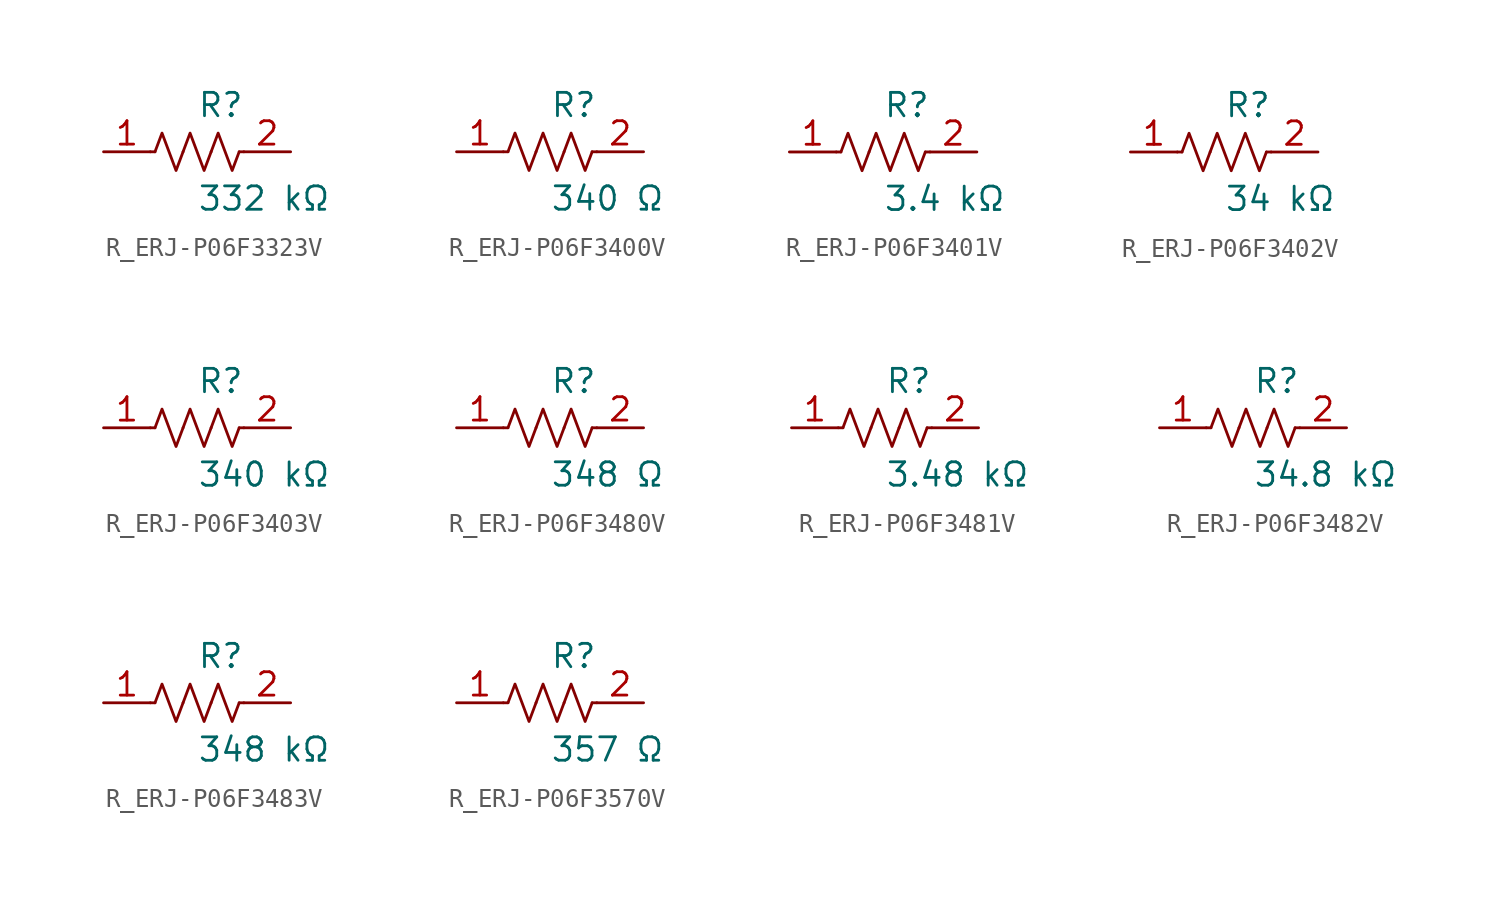
<source format=kicad_sym>
(kicad_symbol_lib
  (version 20231120)
  (generator kicad_symbol_editor)
  (generator_version 8.0)
  (symbol "R_ERJ-P06F3323V"
    (pin_names
      (offset 0.254))
    (property "Reference" "R"
      (at 0.0 2.54 0)
      (effects (font (size 1.27 1.27)) (justify left)))
    (property "Value" "332 kΩ"
      (at 0.0 -2.54 0)
      (effects (font (size 1.27 1.27)) (justify left)))
    (symbol "R_ERJ-P06F3323V_0_1"
      (polyline (pts (xy 2.286 0) (xy 2.54 0)) (stroke (width 0) (type default)) (fill (type none)))
      (polyline (pts (xy -2.286 0) (xy -2.54 0)) (stroke (width 0) (type default)) (fill (type none)))
      (polyline (pts (xy 0.762 0) (xy 1.143 1.016) (xy 1.524 0) (xy 1.905 -1.016) (xy 2.286 0)) (stroke (width 0) (type default)) (fill (type none)))
      (polyline (pts (xy -0.762 0) (xy -0.381 1.016) (xy 0 0) (xy 0.381 -1.016) (xy 0.762 0)) (stroke (width 0) (type default)) (fill (type none)))
      (polyline (pts (xy -2.286 0) (xy -1.905 1.016) (xy -1.524 0) (xy -1.143 -1.016) (xy -0.762 0)) (stroke (width 0) (type default)) (fill (type none))))
    (pin unspecified line
      (at -5.08 0 0)
      (length 2.54)
      (name "" (effects (font (size 1.27 1.27))))
      (number "1" (effects (font (size 1.27 1.27)))))
    (pin unspecified line
      (at 5.08 0 180)
      (length 2.54)
      (name "" (effects (font (size 1.27 1.27))))
      (number "2" (effects (font (size 1.27 1.27))))))
  (symbol "R_ERJ-P06F3400V"
    (pin_names
      (offset 0.254))
    (property "Reference" "R"
      (at 0.0 2.54 0)
      (effects (font (size 1.27 1.27)) (justify left)))
    (property "Value" "340 Ω"
      (at 0.0 -2.54 0)
      (effects (font (size 1.27 1.27)) (justify left)))
    (symbol "R_ERJ-P06F3400V_0_1"
      (polyline (pts (xy 2.286 0) (xy 2.54 0)) (stroke (width 0) (type default)) (fill (type none)))
      (polyline (pts (xy -2.286 0) (xy -2.54 0)) (stroke (width 0) (type default)) (fill (type none)))
      (polyline (pts (xy 0.762 0) (xy 1.143 1.016) (xy 1.524 0) (xy 1.905 -1.016) (xy 2.286 0)) (stroke (width 0) (type default)) (fill (type none)))
      (polyline (pts (xy -0.762 0) (xy -0.381 1.016) (xy 0 0) (xy 0.381 -1.016) (xy 0.762 0)) (stroke (width 0) (type default)) (fill (type none)))
      (polyline (pts (xy -2.286 0) (xy -1.905 1.016) (xy -1.524 0) (xy -1.143 -1.016) (xy -0.762 0)) (stroke (width 0) (type default)) (fill (type none))))
    (pin unspecified line
      (at -5.08 0 0)
      (length 2.54)
      (name "" (effects (font (size 1.27 1.27))))
      (number "1" (effects (font (size 1.27 1.27)))))
    (pin unspecified line
      (at 5.08 0 180)
      (length 2.54)
      (name "" (effects (font (size 1.27 1.27))))
      (number "2" (effects (font (size 1.27 1.27))))))
  (symbol "R_ERJ-P06F3401V"
    (pin_names
      (offset 0.254))
    (property "Reference" "R"
      (at 0.0 2.54 0)
      (effects (font (size 1.27 1.27)) (justify left)))
    (property "Value" "3.4 kΩ"
      (at 0.0 -2.54 0)
      (effects (font (size 1.27 1.27)) (justify left)))
    (symbol "R_ERJ-P06F3401V_0_1"
      (polyline (pts (xy 2.286 0) (xy 2.54 0)) (stroke (width 0) (type default)) (fill (type none)))
      (polyline (pts (xy -2.286 0) (xy -2.54 0)) (stroke (width 0) (type default)) (fill (type none)))
      (polyline (pts (xy 0.762 0) (xy 1.143 1.016) (xy 1.524 0) (xy 1.905 -1.016) (xy 2.286 0)) (stroke (width 0) (type default)) (fill (type none)))
      (polyline (pts (xy -0.762 0) (xy -0.381 1.016) (xy 0 0) (xy 0.381 -1.016) (xy 0.762 0)) (stroke (width 0) (type default)) (fill (type none)))
      (polyline (pts (xy -2.286 0) (xy -1.905 1.016) (xy -1.524 0) (xy -1.143 -1.016) (xy -0.762 0)) (stroke (width 0) (type default)) (fill (type none))))
    (pin unspecified line
      (at -5.08 0 0)
      (length 2.54)
      (name "" (effects (font (size 1.27 1.27))))
      (number "1" (effects (font (size 1.27 1.27)))))
    (pin unspecified line
      (at 5.08 0 180)
      (length 2.54)
      (name "" (effects (font (size 1.27 1.27))))
      (number "2" (effects (font (size 1.27 1.27))))))
  (symbol "R_ERJ-P06F3402V"
    (pin_names
      (offset 0.254))
    (property "Reference" "R"
      (at 0.0 2.54 0)
      (effects (font (size 1.27 1.27)) (justify left)))
    (property "Value" "34 kΩ"
      (at 0.0 -2.54 0)
      (effects (font (size 1.27 1.27)) (justify left)))
    (symbol "R_ERJ-P06F3402V_0_1"
      (polyline (pts (xy 2.286 0) (xy 2.54 0)) (stroke (width 0) (type default)) (fill (type none)))
      (polyline (pts (xy -2.286 0) (xy -2.54 0)) (stroke (width 0) (type default)) (fill (type none)))
      (polyline (pts (xy 0.762 0) (xy 1.143 1.016) (xy 1.524 0) (xy 1.905 -1.016) (xy 2.286 0)) (stroke (width 0) (type default)) (fill (type none)))
      (polyline (pts (xy -0.762 0) (xy -0.381 1.016) (xy 0 0) (xy 0.381 -1.016) (xy 0.762 0)) (stroke (width 0) (type default)) (fill (type none)))
      (polyline (pts (xy -2.286 0) (xy -1.905 1.016) (xy -1.524 0) (xy -1.143 -1.016) (xy -0.762 0)) (stroke (width 0) (type default)) (fill (type none))))
    (pin unspecified line
      (at -5.08 0 0)
      (length 2.54)
      (name "" (effects (font (size 1.27 1.27))))
      (number "1" (effects (font (size 1.27 1.27)))))
    (pin unspecified line
      (at 5.08 0 180)
      (length 2.54)
      (name "" (effects (font (size 1.27 1.27))))
      (number "2" (effects (font (size 1.27 1.27))))))
  (symbol "R_ERJ-P06F3403V"
    (pin_names
      (offset 0.254))
    (property "Reference" "R"
      (at 0.0 2.54 0)
      (effects (font (size 1.27 1.27)) (justify left)))
    (property "Value" "340 kΩ"
      (at 0.0 -2.54 0)
      (effects (font (size 1.27 1.27)) (justify left)))
    (symbol "R_ERJ-P06F3403V_0_1"
      (polyline (pts (xy 2.286 0) (xy 2.54 0)) (stroke (width 0) (type default)) (fill (type none)))
      (polyline (pts (xy -2.286 0) (xy -2.54 0)) (stroke (width 0) (type default)) (fill (type none)))
      (polyline (pts (xy 0.762 0) (xy 1.143 1.016) (xy 1.524 0) (xy 1.905 -1.016) (xy 2.286 0)) (stroke (width 0) (type default)) (fill (type none)))
      (polyline (pts (xy -0.762 0) (xy -0.381 1.016) (xy 0 0) (xy 0.381 -1.016) (xy 0.762 0)) (stroke (width 0) (type default)) (fill (type none)))
      (polyline (pts (xy -2.286 0) (xy -1.905 1.016) (xy -1.524 0) (xy -1.143 -1.016) (xy -0.762 0)) (stroke (width 0) (type default)) (fill (type none))))
    (pin unspecified line
      (at -5.08 0 0)
      (length 2.54)
      (name "" (effects (font (size 1.27 1.27))))
      (number "1" (effects (font (size 1.27 1.27)))))
    (pin unspecified line
      (at 5.08 0 180)
      (length 2.54)
      (name "" (effects (font (size 1.27 1.27))))
      (number "2" (effects (font (size 1.27 1.27))))))
  (symbol "R_ERJ-P06F3480V"
    (pin_names
      (offset 0.254))
    (property "Reference" "R"
      (at 0.0 2.54 0)
      (effects (font (size 1.27 1.27)) (justify left)))
    (property "Value" "348 Ω"
      (at 0.0 -2.54 0)
      (effects (font (size 1.27 1.27)) (justify left)))
    (symbol "R_ERJ-P06F3480V_0_1"
      (polyline (pts (xy 2.286 0) (xy 2.54 0)) (stroke (width 0) (type default)) (fill (type none)))
      (polyline (pts (xy -2.286 0) (xy -2.54 0)) (stroke (width 0) (type default)) (fill (type none)))
      (polyline (pts (xy 0.762 0) (xy 1.143 1.016) (xy 1.524 0) (xy 1.905 -1.016) (xy 2.286 0)) (stroke (width 0) (type default)) (fill (type none)))
      (polyline (pts (xy -0.762 0) (xy -0.381 1.016) (xy 0 0) (xy 0.381 -1.016) (xy 0.762 0)) (stroke (width 0) (type default)) (fill (type none)))
      (polyline (pts (xy -2.286 0) (xy -1.905 1.016) (xy -1.524 0) (xy -1.143 -1.016) (xy -0.762 0)) (stroke (width 0) (type default)) (fill (type none))))
    (pin unspecified line
      (at -5.08 0 0)
      (length 2.54)
      (name "" (effects (font (size 1.27 1.27))))
      (number "1" (effects (font (size 1.27 1.27)))))
    (pin unspecified line
      (at 5.08 0 180)
      (length 2.54)
      (name "" (effects (font (size 1.27 1.27))))
      (number "2" (effects (font (size 1.27 1.27))))))
  (symbol "R_ERJ-P06F3481V"
    (pin_names
      (offset 0.254))
    (property "Reference" "R"
      (at 0.0 2.54 0)
      (effects (font (size 1.27 1.27)) (justify left)))
    (property "Value" "3.48 kΩ"
      (at 0.0 -2.54 0)
      (effects (font (size 1.27 1.27)) (justify left)))
    (symbol "R_ERJ-P06F3481V_0_1"
      (polyline (pts (xy 2.286 0) (xy 2.54 0)) (stroke (width 0) (type default)) (fill (type none)))
      (polyline (pts (xy -2.286 0) (xy -2.54 0)) (stroke (width 0) (type default)) (fill (type none)))
      (polyline (pts (xy 0.762 0) (xy 1.143 1.016) (xy 1.524 0) (xy 1.905 -1.016) (xy 2.286 0)) (stroke (width 0) (type default)) (fill (type none)))
      (polyline (pts (xy -0.762 0) (xy -0.381 1.016) (xy 0 0) (xy 0.381 -1.016) (xy 0.762 0)) (stroke (width 0) (type default)) (fill (type none)))
      (polyline (pts (xy -2.286 0) (xy -1.905 1.016) (xy -1.524 0) (xy -1.143 -1.016) (xy -0.762 0)) (stroke (width 0) (type default)) (fill (type none))))
    (pin unspecified line
      (at -5.08 0 0)
      (length 2.54)
      (name "" (effects (font (size 1.27 1.27))))
      (number "1" (effects (font (size 1.27 1.27)))))
    (pin unspecified line
      (at 5.08 0 180)
      (length 2.54)
      (name "" (effects (font (size 1.27 1.27))))
      (number "2" (effects (font (size 1.27 1.27))))))
  (symbol "R_ERJ-P06F3482V"
    (pin_names
      (offset 0.254))
    (property "Reference" "R"
      (at 0.0 2.54 0)
      (effects (font (size 1.27 1.27)) (justify left)))
    (property "Value" "34.8 kΩ"
      (at 0.0 -2.54 0)
      (effects (font (size 1.27 1.27)) (justify left)))
    (symbol "R_ERJ-P06F3482V_0_1"
      (polyline (pts (xy 2.286 0) (xy 2.54 0)) (stroke (width 0) (type default)) (fill (type none)))
      (polyline (pts (xy -2.286 0) (xy -2.54 0)) (stroke (width 0) (type default)) (fill (type none)))
      (polyline (pts (xy 0.762 0) (xy 1.143 1.016) (xy 1.524 0) (xy 1.905 -1.016) (xy 2.286 0)) (stroke (width 0) (type default)) (fill (type none)))
      (polyline (pts (xy -0.762 0) (xy -0.381 1.016) (xy 0 0) (xy 0.381 -1.016) (xy 0.762 0)) (stroke (width 0) (type default)) (fill (type none)))
      (polyline (pts (xy -2.286 0) (xy -1.905 1.016) (xy -1.524 0) (xy -1.143 -1.016) (xy -0.762 0)) (stroke (width 0) (type default)) (fill (type none))))
    (pin unspecified line
      (at -5.08 0 0)
      (length 2.54)
      (name "" (effects (font (size 1.27 1.27))))
      (number "1" (effects (font (size 1.27 1.27)))))
    (pin unspecified line
      (at 5.08 0 180)
      (length 2.54)
      (name "" (effects (font (size 1.27 1.27))))
      (number "2" (effects (font (size 1.27 1.27))))))
  (symbol "R_ERJ-P06F3483V"
    (pin_names
      (offset 0.254))
    (property "Reference" "R"
      (at 0.0 2.54 0)
      (effects (font (size 1.27 1.27)) (justify left)))
    (property "Value" "348 kΩ"
      (at 0.0 -2.54 0)
      (effects (font (size 1.27 1.27)) (justify left)))
    (symbol "R_ERJ-P06F3483V_0_1"
      (polyline (pts (xy 2.286 0) (xy 2.54 0)) (stroke (width 0) (type default)) (fill (type none)))
      (polyline (pts (xy -2.286 0) (xy -2.54 0)) (stroke (width 0) (type default)) (fill (type none)))
      (polyline (pts (xy 0.762 0) (xy 1.143 1.016) (xy 1.524 0) (xy 1.905 -1.016) (xy 2.286 0)) (stroke (width 0) (type default)) (fill (type none)))
      (polyline (pts (xy -0.762 0) (xy -0.381 1.016) (xy 0 0) (xy 0.381 -1.016) (xy 0.762 0)) (stroke (width 0) (type default)) (fill (type none)))
      (polyline (pts (xy -2.286 0) (xy -1.905 1.016) (xy -1.524 0) (xy -1.143 -1.016) (xy -0.762 0)) (stroke (width 0) (type default)) (fill (type none))))
    (pin unspecified line
      (at -5.08 0 0)
      (length 2.54)
      (name "" (effects (font (size 1.27 1.27))))
      (number "1" (effects (font (size 1.27 1.27)))))
    (pin unspecified line
      (at 5.08 0 180)
      (length 2.54)
      (name "" (effects (font (size 1.27 1.27))))
      (number "2" (effects (font (size 1.27 1.27))))))
  (symbol "R_ERJ-P06F3570V"
    (pin_names
      (offset 0.254))
    (property "Reference" "R"
      (at 0.0 2.54 0)
      (effects (font (size 1.27 1.27)) (justify left)))
    (property "Value" "357 Ω"
      (at 0.0 -2.54 0)
      (effects (font (size 1.27 1.27)) (justify left)))
    (symbol "R_ERJ-P06F3570V_0_1"
      (polyline (pts (xy 2.286 0) (xy 2.54 0)) (stroke (width 0) (type default)) (fill (type none)))
      (polyline (pts (xy -2.286 0) (xy -2.54 0)) (stroke (width 0) (type default)) (fill (type none)))
      (polyline (pts (xy 0.762 0) (xy 1.143 1.016) (xy 1.524 0) (xy 1.905 -1.016) (xy 2.286 0)) (stroke (width 0) (type default)) (fill (type none)))
      (polyline (pts (xy -0.762 0) (xy -0.381 1.016) (xy 0 0) (xy 0.381 -1.016) (xy 0.762 0)) (stroke (width 0) (type default)) (fill (type none)))
      (polyline (pts (xy -2.286 0) (xy -1.905 1.016) (xy -1.524 0) (xy -1.143 -1.016) (xy -0.762 0)) (stroke (width 0) (type default)) (fill (type none))))
    (pin unspecified line
      (at -5.08 0 0)
      (length 2.54)
      (name "" (effects (font (size 1.27 1.27))))
      (number "1" (effects (font (size 1.27 1.27)))))
    (pin unspecified line
      (at 5.08 0 180)
      (length 2.54)
      (name "" (effects (font (size 1.27 1.27))))
      (number "2" (effects (font (size 1.27 1.27)))))))
</source>
